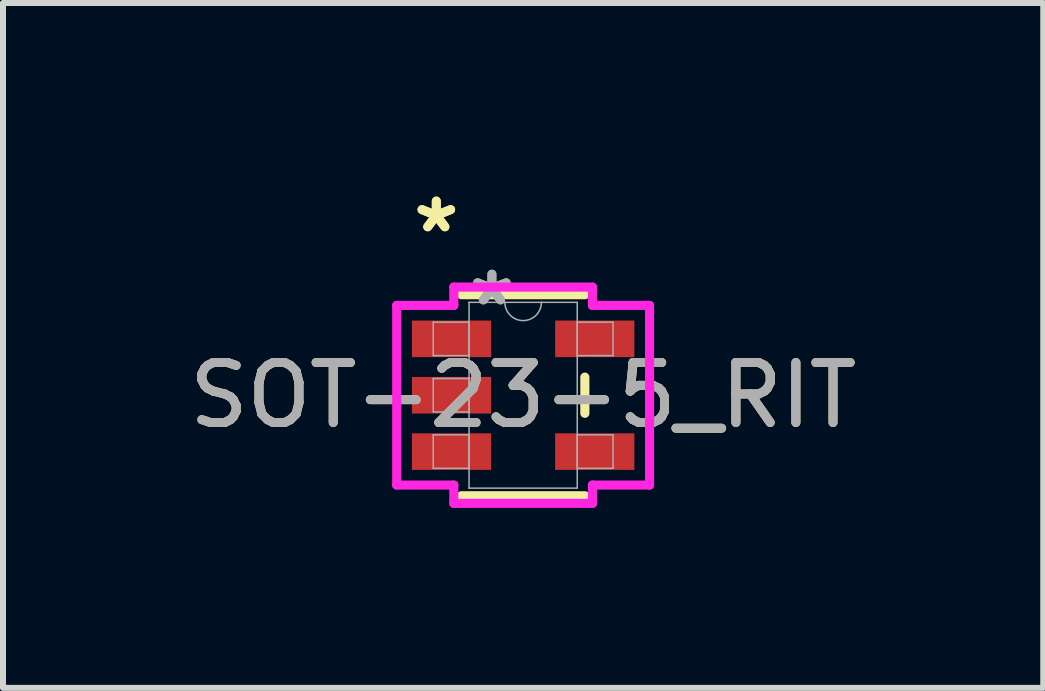
<source format=kicad_pcb>
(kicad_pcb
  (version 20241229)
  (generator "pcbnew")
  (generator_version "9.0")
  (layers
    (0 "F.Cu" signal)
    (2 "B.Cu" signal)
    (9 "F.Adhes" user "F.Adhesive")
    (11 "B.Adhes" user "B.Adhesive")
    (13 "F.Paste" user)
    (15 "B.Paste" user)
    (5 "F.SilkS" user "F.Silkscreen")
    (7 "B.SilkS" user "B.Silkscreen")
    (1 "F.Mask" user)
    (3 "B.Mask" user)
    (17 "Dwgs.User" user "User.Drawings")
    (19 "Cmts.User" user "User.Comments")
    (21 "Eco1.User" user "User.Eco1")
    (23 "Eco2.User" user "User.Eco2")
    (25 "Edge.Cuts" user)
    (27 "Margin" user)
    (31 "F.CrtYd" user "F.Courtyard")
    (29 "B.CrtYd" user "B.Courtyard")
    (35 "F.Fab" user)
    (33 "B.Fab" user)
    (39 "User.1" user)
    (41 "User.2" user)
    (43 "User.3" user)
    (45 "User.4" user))
  (footprint "SOT-23-5_RIT"
    (layer "F.Cu")
    (at 5.673 3.54)
    (property "Reference" "SOT-23-5_RIT" (at 0 0 0) (unlocked yes) (layer "F.SilkS") (effects (font (size 1 1) (thickness 0.15))))
    (attr smd)
    (fp_line (start -1.029 1.676) (end 1.029 1.676) (stroke (width 0.152) (type solid)) (layer "F.SilkS"))
    (fp_line (start 1.029 -1.676) (end -1.029 -1.676) (stroke (width 0.152) (type solid)) (layer "F.SilkS"))
    (fp_line (start 1.029 0.302) (end 1.029 -0.302) (stroke (width 0.152) (type solid)) (layer "F.SilkS"))
    (fp_line (start 1.5 -1.5) (end 1.43 -1.5) (stroke (width 0.127) (type solid)) (layer "F.SilkS"))
    (fp_line (start -2.108 -1.498) (end -1.156 -1.498) (stroke (width 0.152) (type solid)) (layer "F.CrtYd"))
    (fp_line (start -2.108 1.498) (end -2.108 -1.498) (stroke (width 0.152) (type solid)) (layer "F.CrtYd"))
    (fp_line (start -2.108 1.498) (end -1.156 1.498) (stroke (width 0.152) (type solid)) (layer "F.CrtYd"))
    (fp_line (start -1.156 -1.803) (end 1.156 -1.803) (stroke (width 0.152) (type solid)) (layer "F.CrtYd"))
    (fp_line (start -1.156 -1.498) (end -1.156 -1.803) (stroke (width 0.152) (type solid)) (layer "F.CrtYd"))
    (fp_line (start -1.156 1.803) (end -1.156 1.498) (stroke (width 0.152) (type solid)) (layer "F.CrtYd"))
    (fp_line (start 1.156 -1.803) (end 1.156 -1.498) (stroke (width 0.152) (type solid)) (layer "F.CrtYd"))
    (fp_line (start 1.156 1.498) (end 1.156 1.803) (stroke (width 0.152) (type solid)) (layer "F.CrtYd"))
    (fp_line (start 1.156 1.803) (end -1.156 1.803) (stroke (width 0.152) (type solid)) (layer "F.CrtYd"))
    (fp_line (start 2.108 -1.498) (end 1.156 -1.498) (stroke (width 0.152) (type solid)) (layer "F.CrtYd"))
    (fp_line (start 2.108 -1.498) (end 2.108 1.498) (stroke (width 0.152) (type solid)) (layer "F.CrtYd"))
    (fp_line (start 2.108 1.498) (end 1.156 1.498) (stroke (width 0.152) (type solid)) (layer "F.CrtYd"))
    (fp_line (start -1.499 -1.219) (end -1.499 -0.66) (stroke (width 0.025) (type solid)) (layer "F.Fab"))
    (fp_line (start -1.499 -0.66) (end -0.902 -0.66) (stroke (width 0.025) (type solid)) (layer "F.Fab"))
    (fp_line (start -1.499 -0.279) (end -1.499 0.279) (stroke (width 0.025) (type solid)) (layer "F.Fab"))
    (fp_line (start -1.499 0.279) (end -0.902 0.279) (stroke (width 0.025) (type solid)) (layer "F.Fab"))
    (fp_line (start -1.499 0.66) (end -1.499 1.219) (stroke (width 0.025) (type solid)) (layer "F.Fab"))
    (fp_line (start -1.499 1.219) (end -0.902 1.219) (stroke (width 0.025) (type solid)) (layer "F.Fab"))
    (fp_line (start -0.902 -1.549) (end -0.902 1.549) (stroke (width 0.025) (type solid)) (layer "F.Fab"))
    (fp_line (start -0.902 -1.219) (end -1.499 -1.219) (stroke (width 0.025) (type solid)) (layer "F.Fab"))
    (fp_line (start -0.902 -0.66) (end -0.902 -1.219) (stroke (width 0.025) (type solid)) (layer "F.Fab"))
    (fp_line (start -0.902 -0.279) (end -1.499 -0.279) (stroke (width 0.025) (type solid)) (layer "F.Fab"))
    (fp_line (start -0.902 0.279) (end -0.902 -0.279) (stroke (width 0.025) (type solid)) (layer "F.Fab"))
    (fp_line (start -0.902 0.66) (end -1.499 0.66) (stroke (width 0.025) (type solid)) (layer "F.Fab"))
    (fp_line (start -0.902 1.219) (end -0.902 0.66) (stroke (width 0.025) (type solid)) (layer "F.Fab"))
    (fp_line (start -0.902 1.549) (end 0.902 1.549) (stroke (width 0.025) (type solid)) (layer "F.Fab"))
    (fp_line (start 0.902 -1.549) (end -0.902 -1.549) (stroke (width 0.025) (type solid)) (layer "F.Fab"))
    (fp_line (start 0.902 -1.219) (end 0.902 -0.66) (stroke (width 0.025) (type solid)) (layer "F.Fab"))
    (fp_line (start 0.902 -0.66) (end 1.499 -0.66) (stroke (width 0.025) (type solid)) (layer "F.Fab"))
    (fp_line (start 0.902 0.66) (end 0.902 1.219) (stroke (width 0.025) (type solid)) (layer "F.Fab"))
    (fp_line (start 0.902 1.219) (end 1.499 1.219) (stroke (width 0.025) (type solid)) (layer "F.Fab"))
    (fp_line (start 0.902 1.549) (end 0.902 -1.549) (stroke (width 0.025) (type solid)) (layer "F.Fab"))
    (fp_line (start 1.499 -1.219) (end 0.902 -1.219) (stroke (width 0.025) (type solid)) (layer "F.Fab"))
    (fp_line (start 1.499 -0.66) (end 1.499 -1.219) (stroke (width 0.025) (type solid)) (layer "F.Fab"))
    (fp_line (start 1.499 0.66) (end 0.902 0.66) (stroke (width 0.025) (type solid)) (layer "F.Fab"))
    (fp_line (start 1.499 1.219) (end 1.499 0.66) (stroke (width 0.025) (type solid)) (layer "F.Fab"))
    (fp_arc (start 0.3048 -1.5494) (mid 0 -1.2446) (end -0.3048 -1.5494) (stroke (width 0.0254) (type solid)) (layer "F.Fab"))
    (fp_text user "*" (at -1.448 -2.692 0) (unlocked yes) (layer "F.SilkS") (effects (font (size 1 1) (thickness 0.15))))
    (fp_text user "*" (at -1.448 -2.692 0) (layer "F.SilkS") (effects (font (size 1 1) (thickness 0.15))))
    (fp_text user "*" (at -0.521 -1.473 0) (unlocked yes) (layer "F.Fab") (effects (font (size 1 1) (thickness 0.15))))
    (fp_text user "*" (at -0.521 -1.473 0) (layer "F.Fab") (effects (font (size 1 1) (thickness 0.15))))
    (fp_text user "${REFERENCE}" (at 0 0 0) (unlocked yes) (layer "F.Fab") (effects (font (size 1 1) (thickness 0.15))))
    (pad "1" smd rect (at -1.194 -0.94) (size 1.321 0.61) (layers "F.Cu" "F.Mask" "F.Paste"))
    (pad "2" smd rect (at -1.194 0) (size 1.321 0.61) (layers "F.Cu" "F.Mask" "F.Paste"))
    (pad "3" smd rect (at -1.194 0.94) (size 1.321 0.61) (layers "F.Cu" "F.Mask" "F.Paste"))
    (pad "4" smd rect (at 1.194 0.94) (size 1.321 0.61) (layers "F.Cu" "F.Mask" "F.Paste"))
    (pad "5" smd rect (at 1.194 -0.94) (size 1.321 0.61) (layers "F.Cu" "F.Mask" "F.Paste")))
  (gr_rect
    (start -3 -3)
    (end 14.345 8.42)
    (stroke (width 0.1) (type default))
    (fill no)
    (layer "Edge.Cuts")))
</source>
